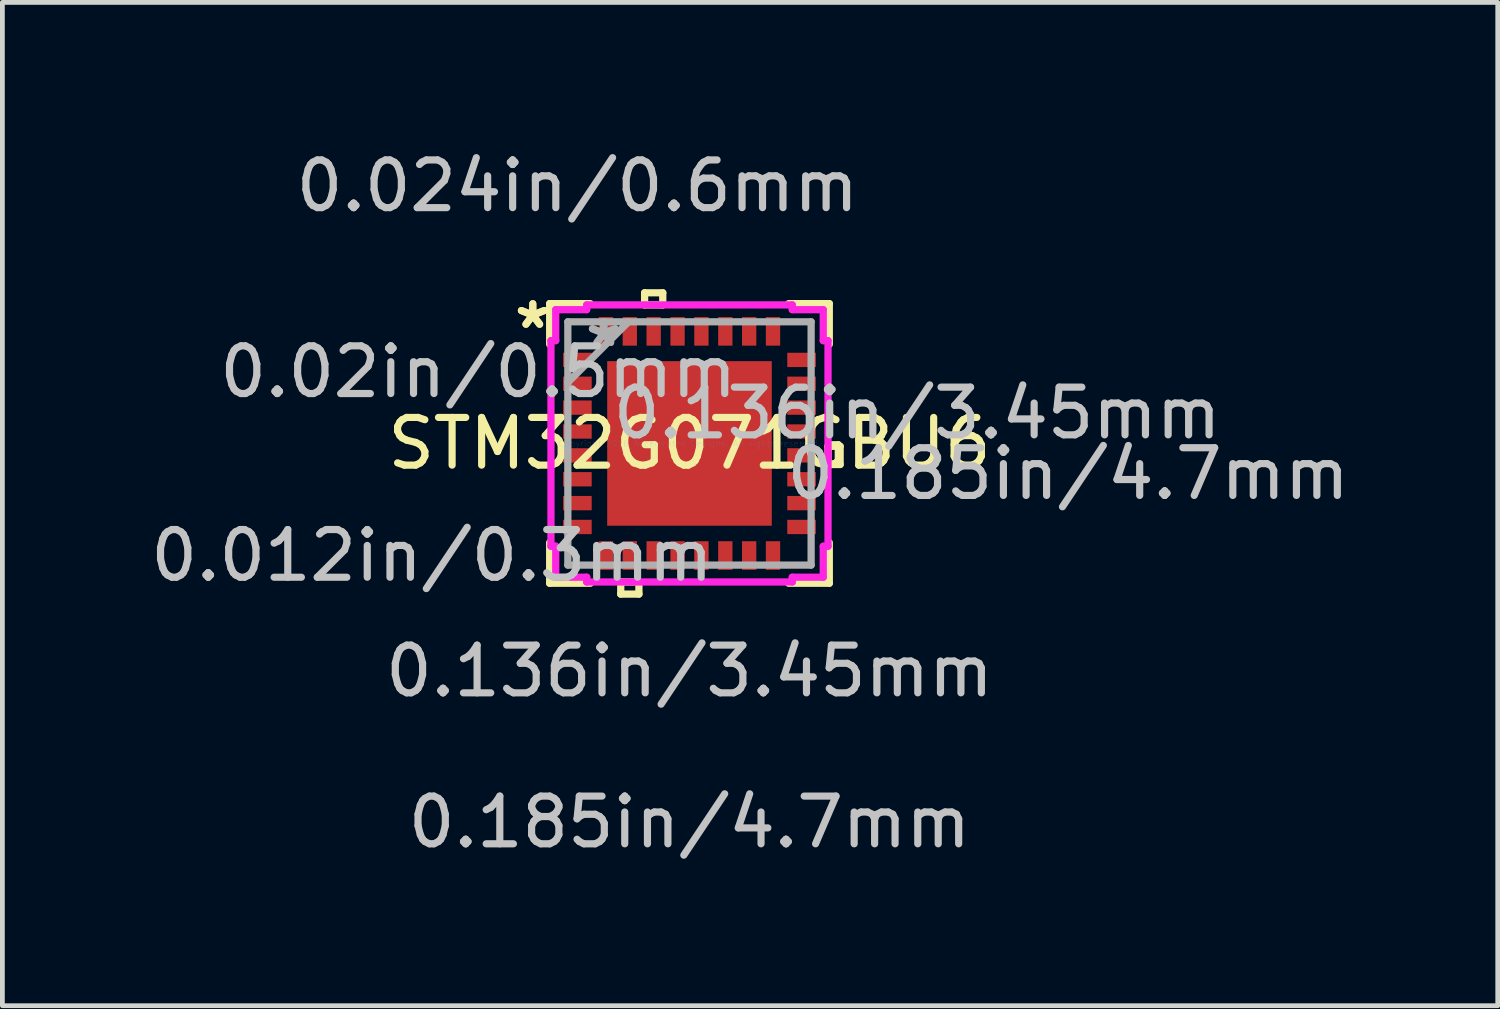
<source format=kicad_pcb>
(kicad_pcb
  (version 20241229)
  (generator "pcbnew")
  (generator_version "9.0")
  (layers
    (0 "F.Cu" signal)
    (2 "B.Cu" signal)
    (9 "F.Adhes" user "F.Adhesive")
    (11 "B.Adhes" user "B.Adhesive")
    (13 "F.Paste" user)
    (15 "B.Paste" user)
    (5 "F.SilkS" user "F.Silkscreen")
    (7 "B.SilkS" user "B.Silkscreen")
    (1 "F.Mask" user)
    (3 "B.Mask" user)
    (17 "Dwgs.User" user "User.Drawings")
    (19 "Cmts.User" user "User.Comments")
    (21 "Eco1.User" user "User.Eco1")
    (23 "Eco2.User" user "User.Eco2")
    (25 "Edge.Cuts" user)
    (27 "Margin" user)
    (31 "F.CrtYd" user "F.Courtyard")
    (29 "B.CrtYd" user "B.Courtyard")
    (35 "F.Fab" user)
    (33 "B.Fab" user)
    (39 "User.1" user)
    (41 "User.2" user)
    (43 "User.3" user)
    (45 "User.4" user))
  (footprint "STM32G071GBU6"
    (layer "F.Cu")
    (at 11.404 6.246)
    (property "Reference" "STM32G071GBU6" (at 0 0 0) (layer "F.SilkS") (effects (font (size 1 1) (thickness 0.15))))
    (attr through_hole)
    (fp_line (start -2.931 -2.931) (end -2.931 -2.079) (stroke (width 0.152) (type solid)) (layer "F.SilkS"))
    (fp_line (start -2.931 2.079) (end -2.931 2.931) (stroke (width 0.152) (type solid)) (layer "F.SilkS"))
    (fp_line (start -2.931 2.931) (end -2.079 2.931) (stroke (width 0.152) (type solid)) (layer "F.SilkS"))
    (fp_line (start -2.079 -2.931) (end -2.931 -2.931) (stroke (width 0.152) (type solid)) (layer "F.SilkS"))
    (fp_line (start -1.441 2.904) (end -1.441 3.158) (stroke (width 0.152) (type solid)) (layer "F.SilkS"))
    (fp_line (start -1.441 3.158) (end -1.06 3.158) (stroke (width 0.152) (type solid)) (layer "F.SilkS"))
    (fp_line (start -1.06 2.904) (end -1.441 2.904) (stroke (width 0.152) (type solid)) (layer "F.SilkS"))
    (fp_line (start -1.06 3.158) (end -1.06 2.904) (stroke (width 0.152) (type solid)) (layer "F.SilkS"))
    (fp_line (start -0.941 -3.158) (end -0.56 -3.158) (stroke (width 0.152) (type solid)) (layer "F.SilkS"))
    (fp_line (start -0.941 -2.904) (end -0.941 -3.158) (stroke (width 0.152) (type solid)) (layer "F.SilkS"))
    (fp_line (start -0.56 -3.158) (end -0.56 -2.904) (stroke (width 0.152) (type solid)) (layer "F.SilkS"))
    (fp_line (start -0.56 -2.904) (end -0.941 -2.904) (stroke (width 0.152) (type solid)) (layer "F.SilkS"))
    (fp_line (start 2.079 2.931) (end 2.931 2.931) (stroke (width 0.152) (type solid)) (layer "F.SilkS"))
    (fp_line (start 2.904 0.06) (end 3.158 0.06) (stroke (width 0.152) (type solid)) (layer "F.SilkS"))
    (fp_line (start 2.904 0.441) (end 2.904 0.06) (stroke (width 0.152) (type solid)) (layer "F.SilkS"))
    (fp_line (start 2.931 -2.931) (end 2.079 -2.931) (stroke (width 0.152) (type solid)) (layer "F.SilkS"))
    (fp_line (start 2.931 -2.079) (end 2.931 -2.931) (stroke (width 0.152) (type solid)) (layer "F.SilkS"))
    (fp_line (start 2.931 2.931) (end 2.931 2.079) (stroke (width 0.152) (type solid)) (layer "F.SilkS"))
    (fp_line (start 3.158 0.06) (end 3.158 0.441) (stroke (width 0.152) (type solid)) (layer "F.SilkS"))
    (fp_line (start 3.158 0.441) (end 2.904 0.441) (stroke (width 0.152) (type solid)) (layer "F.SilkS"))
    (fp_line (start -1.625 -1.625) (end -1.625 -0.1) (stroke (width 0.152) (type solid)) (layer "F.Paste"))
    (fp_line (start -1.625 -0.1) (end -0.1 -0.1) (stroke (width 0.152) (type solid)) (layer "F.Paste"))
    (fp_line (start -1.625 0.1) (end -1.625 1.625) (stroke (width 0.152) (type solid)) (layer "F.Paste"))
    (fp_line (start -1.625 1.625) (end -0.1 1.625) (stroke (width 0.152) (type solid)) (layer "F.Paste"))
    (fp_line (start -0.1 -1.625) (end -1.625 -1.625) (stroke (width 0.152) (type solid)) (layer "F.Paste"))
    (fp_line (start -0.1 -0.1) (end -0.1 -1.625) (stroke (width 0.152) (type solid)) (layer "F.Paste"))
    (fp_line (start -0.1 0.1) (end -1.625 0.1) (stroke (width 0.152) (type solid)) (layer "F.Paste"))
    (fp_line (start -0.1 1.625) (end -0.1 0.1) (stroke (width 0.152) (type solid)) (layer "F.Paste"))
    (fp_line (start 0.1 -1.625) (end 0.1 -0.1) (stroke (width 0.152) (type solid)) (layer "F.Paste"))
    (fp_line (start 0.1 -0.1) (end 1.625 -0.1) (stroke (width 0.152) (type solid)) (layer "F.Paste"))
    (fp_line (start 0.1 0.1) (end 0.1 1.625) (stroke (width 0.152) (type solid)) (layer "F.Paste"))
    (fp_line (start 0.1 1.625) (end 1.625 1.625) (stroke (width 0.152) (type solid)) (layer "F.Paste"))
    (fp_line (start 1.625 -1.625) (end 0.1 -1.625) (stroke (width 0.152) (type solid)) (layer "F.Paste"))
    (fp_line (start 1.625 -0.1) (end 1.625 -1.625) (stroke (width 0.152) (type solid)) (layer "F.Paste"))
    (fp_line (start 1.625 0.1) (end 0.1 0.1) (stroke (width 0.152) (type solid)) (layer "F.Paste"))
    (fp_line (start 1.625 1.625) (end 1.625 0.1) (stroke (width 0.152) (type solid)) (layer "F.Paste"))
    (fp_line (start -2.904 -2.155) (end -2.804 -2.155) (stroke (width 0.152) (type solid)) (layer "F.CrtYd"))
    (fp_line (start -2.904 2.155) (end -2.904 -2.155) (stroke (width 0.152) (type solid)) (layer "F.CrtYd"))
    (fp_line (start -2.804 -2.804) (end -2.155 -2.804) (stroke (width 0.152) (type solid)) (layer "F.CrtYd"))
    (fp_line (start -2.804 -2.155) (end -2.804 -2.804) (stroke (width 0.152) (type solid)) (layer "F.CrtYd"))
    (fp_line (start -2.804 2.155) (end -2.904 2.155) (stroke (width 0.152) (type solid)) (layer "F.CrtYd"))
    (fp_line (start -2.804 2.804) (end -2.804 2.155) (stroke (width 0.152) (type solid)) (layer "F.CrtYd"))
    (fp_line (start -2.155 -2.904) (end 2.155 -2.904) (stroke (width 0.152) (type solid)) (layer "F.CrtYd"))
    (fp_line (start -2.155 -2.804) (end -2.155 -2.904) (stroke (width 0.152) (type solid)) (layer "F.CrtYd"))
    (fp_line (start -2.155 2.804) (end -2.804 2.804) (stroke (width 0.152) (type solid)) (layer "F.CrtYd"))
    (fp_line (start -2.155 2.904) (end -2.155 2.804) (stroke (width 0.152) (type solid)) (layer "F.CrtYd"))
    (fp_line (start 2.155 -2.904) (end 2.155 -2.804) (stroke (width 0.152) (type solid)) (layer "F.CrtYd"))
    (fp_line (start 2.155 -2.804) (end 2.804 -2.804) (stroke (width 0.152) (type solid)) (layer "F.CrtYd"))
    (fp_line (start 2.155 2.804) (end 2.155 2.904) (stroke (width 0.152) (type solid)) (layer "F.CrtYd"))
    (fp_line (start 2.155 2.904) (end -2.155 2.904) (stroke (width 0.152) (type solid)) (layer "F.CrtYd"))
    (fp_line (start 2.804 -2.804) (end 2.804 -2.155) (stroke (width 0.152) (type solid)) (layer "F.CrtYd"))
    (fp_line (start 2.804 -2.155) (end 2.904 -2.155) (stroke (width 0.152) (type solid)) (layer "F.CrtYd"))
    (fp_line (start 2.804 2.155) (end 2.804 2.804) (stroke (width 0.152) (type solid)) (layer "F.CrtYd"))
    (fp_line (start 2.804 2.804) (end 2.155 2.804) (stroke (width 0.152) (type solid)) (layer "F.CrtYd"))
    (fp_line (start 2.904 -2.155) (end 2.904 2.155) (stroke (width 0.152) (type solid)) (layer "F.CrtYd"))
    (fp_line (start 2.904 2.155) (end 2.804 2.155) (stroke (width 0.152) (type solid)) (layer "F.CrtYd"))
    (fp_line (start -2.55 -2.55) (end -2.55 2.55) (stroke (width 0.152) (type solid)) (layer "F.Fab"))
    (fp_line (start -2.55 -1.28) (end -1.28 -2.55) (stroke (width 0.152) (type solid)) (layer "F.Fab"))
    (fp_line (start -2.55 2.55) (end 2.55 2.55) (stroke (width 0.152) (type solid)) (layer "F.Fab"))
    (fp_line (start 2.55 -2.55) (end -2.55 -2.55) (stroke (width 0.152) (type solid)) (layer "F.Fab"))
    (fp_line (start 2.55 2.55) (end 2.55 -2.55) (stroke (width 0.152) (type solid)) (layer "F.Fab"))
    (fp_text user "*" (at -3.285 -2.383 0) (layer "F.SilkS") (effects (font (size 1 1) (thickness 0.15))))
    (fp_text user "*" (at -3.285 -2.383 0) (layer "F.SilkS") (effects (font (size 1 1) (thickness 0.15))))
    (fp_text user "0.02in/0.5mm" (at -4.428 -1.501 0) (layer "Dwgs.User") (effects (font (size 1 1) (thickness 0.15))))
    (fp_text user "0.136in/3.45mm" (at 0 4.773 0) (layer "Dwgs.User") (effects (font (size 1 1) (thickness 0.15))))
    (fp_text user "0.024in/0.6mm" (at -2.35 -5.398 0) (layer "Dwgs.User") (effects (font (size 1 1) (thickness 0.15))))
    (fp_text user "0.012in/0.3mm" (at -5.398 2.35 0) (layer "Dwgs.User") (effects (font (size 1 1) (thickness 0.15))))
    (fp_text user "0.185in/4.7mm" (at 0 7.938 0) (layer "Dwgs.User") (effects (font (size 1 1) (thickness 0.15))))
    (fp_text user "0.136in/3.45mm" (at 4.773 -0.635 0) (layer "Dwgs.User") (effects (font (size 1 1) (thickness 0.15))))
    (fp_text user "0.185in/4.7mm" (at 7.938 0.635 0) (layer "Dwgs.User") (effects (font (size 1 1) (thickness 0.15))))
    (fp_text user "Copyright 2016 Accelerated Designs. All rights reserved." (at 0 0 0) (layer "Cmts.User") (effects (font (size 0.127 0.127) (thickness 0.002))))
    (fp_text user "*" (at -1.796 -2.002 0) (layer "F.Fab") (effects (font (size 1 1) (thickness 0.15))))
    (fp_text user "*" (at -1.796 -2.002 0) (layer "F.Fab") (effects (font (size 1 1) (thickness 0.15))))
    (pad "1" smd rect (at -2.35 -1.751 90) (size 0.3 0.6) (layers "F.Cu" "F.Mask" "F.Paste"))
    (pad "2" smd rect (at -2.35 -1.251 90) (size 0.3 0.6) (layers "F.Cu" "F.Mask" "F.Paste"))
    (pad "3" smd rect (at -2.35 -0.751 90) (size 0.3 0.6) (layers "F.Cu" "F.Mask" "F.Paste"))
    (pad "4" smd rect (at -2.35 -0.25 90) (size 0.3 0.6) (layers "F.Cu" "F.Mask" "F.Paste"))
    (pad "5" smd rect (at -2.35 0.25 90) (size 0.3 0.6) (layers "F.Cu" "F.Mask" "F.Paste"))
    (pad "6" smd rect (at -2.35 0.751 90) (size 0.3 0.6) (layers "F.Cu" "F.Mask" "F.Paste"))
    (pad "7" smd rect (at -2.35 1.251 90) (size 0.3 0.6) (layers "F.Cu" "F.Mask" "F.Paste"))
    (pad "8" smd rect (at -2.35 1.751 90) (size 0.3 0.6) (layers "F.Cu" "F.Mask" "F.Paste"))
    (pad "9" smd rect (at -1.751 2.35) (size 0.3 0.6) (layers "F.Cu" "F.Mask" "F.Paste"))
    (pad "10" smd rect (at -1.251 2.35) (size 0.3 0.6) (layers "F.Cu" "F.Mask" "F.Paste"))
    (pad "11" smd rect (at -0.751 2.35) (size 0.3 0.6) (layers "F.Cu" "F.Mask" "F.Paste"))
    (pad "12" smd rect (at -0.25 2.35) (size 0.3 0.6) (layers "F.Cu" "F.Mask" "F.Paste"))
    (pad "13" smd rect (at 0.25 2.35) (size 0.3 0.6) (layers "F.Cu" "F.Mask" "F.Paste"))
    (pad "14" smd rect (at 0.751 2.35) (size 0.3 0.6) (layers "F.Cu" "F.Mask" "F.Paste"))
    (pad "15" smd rect (at 1.251 2.35) (size 0.3 0.6) (layers "F.Cu" "F.Mask" "F.Paste"))
    (pad "16" smd rect (at 1.751 2.35) (size 0.3 0.6) (layers "F.Cu" "F.Mask" "F.Paste"))
    (pad "17" smd rect (at 2.35 1.751 90) (size 0.3 0.6) (layers "F.Cu" "F.Mask" "F.Paste"))
    (pad "18" smd rect (at 2.35 1.251 90) (size 0.3 0.6) (layers "F.Cu" "F.Mask" "F.Paste"))
    (pad "19" smd rect (at 2.35 0.751 90) (size 0.3 0.6) (layers "F.Cu" "F.Mask" "F.Paste"))
    (pad "20" smd rect (at 2.35 0.25 90) (size 0.3 0.6) (layers "F.Cu" "F.Mask" "F.Paste"))
    (pad "21" smd rect (at 2.35 -0.25 90) (size 0.3 0.6) (layers "F.Cu" "F.Mask" "F.Paste"))
    (pad "22" smd rect (at 2.35 -0.751 90) (size 0.3 0.6) (layers "F.Cu" "F.Mask" "F.Paste"))
    (pad "23" smd rect (at 2.35 -1.251 90) (size 0.3 0.6) (layers "F.Cu" "F.Mask" "F.Paste"))
    (pad "24" smd rect (at 2.35 -1.751 90) (size 0.3 0.6) (layers "F.Cu" "F.Mask" "F.Paste"))
    (pad "25" smd rect (at 1.751 -2.35) (size 0.3 0.6) (layers "F.Cu" "F.Mask" "F.Paste"))
    (pad "26" smd rect (at 1.251 -2.35) (size 0.3 0.6) (layers "F.Cu" "F.Mask" "F.Paste"))
    (pad "27" smd rect (at 0.751 -2.35) (size 0.3 0.6) (layers "F.Cu" "F.Mask" "F.Paste"))
    (pad "28" smd rect (at 0.25 -2.35) (size 0.3 0.6) (layers "F.Cu" "F.Mask" "F.Paste"))
    (pad "29" smd rect (at -0.25 -2.35) (size 0.3 0.6) (layers "F.Cu" "F.Mask" "F.Paste"))
    (pad "30" smd rect (at -0.751 -2.35) (size 0.3 0.6) (layers "F.Cu" "F.Mask" "F.Paste"))
    (pad "31" smd rect (at -1.251 -2.35) (size 0.3 0.6) (layers "F.Cu" "F.Mask" "F.Paste"))
    (pad "32" smd rect (at -1.751 -2.35) (size 0.3 0.6) (layers "F.Cu" "F.Mask" "F.Paste"))
    (pad "33" smd rect (at 0 0) (size 3.45 3.45) (layers "F.Cu" "F.Mask" "F.Paste")))
  (gr_rect
    (start -3 -3)
    (end 28.348 18.033)
    (stroke (width 0.1) (type default))
    (fill no)
    (layer "Edge.Cuts")))
</source>
